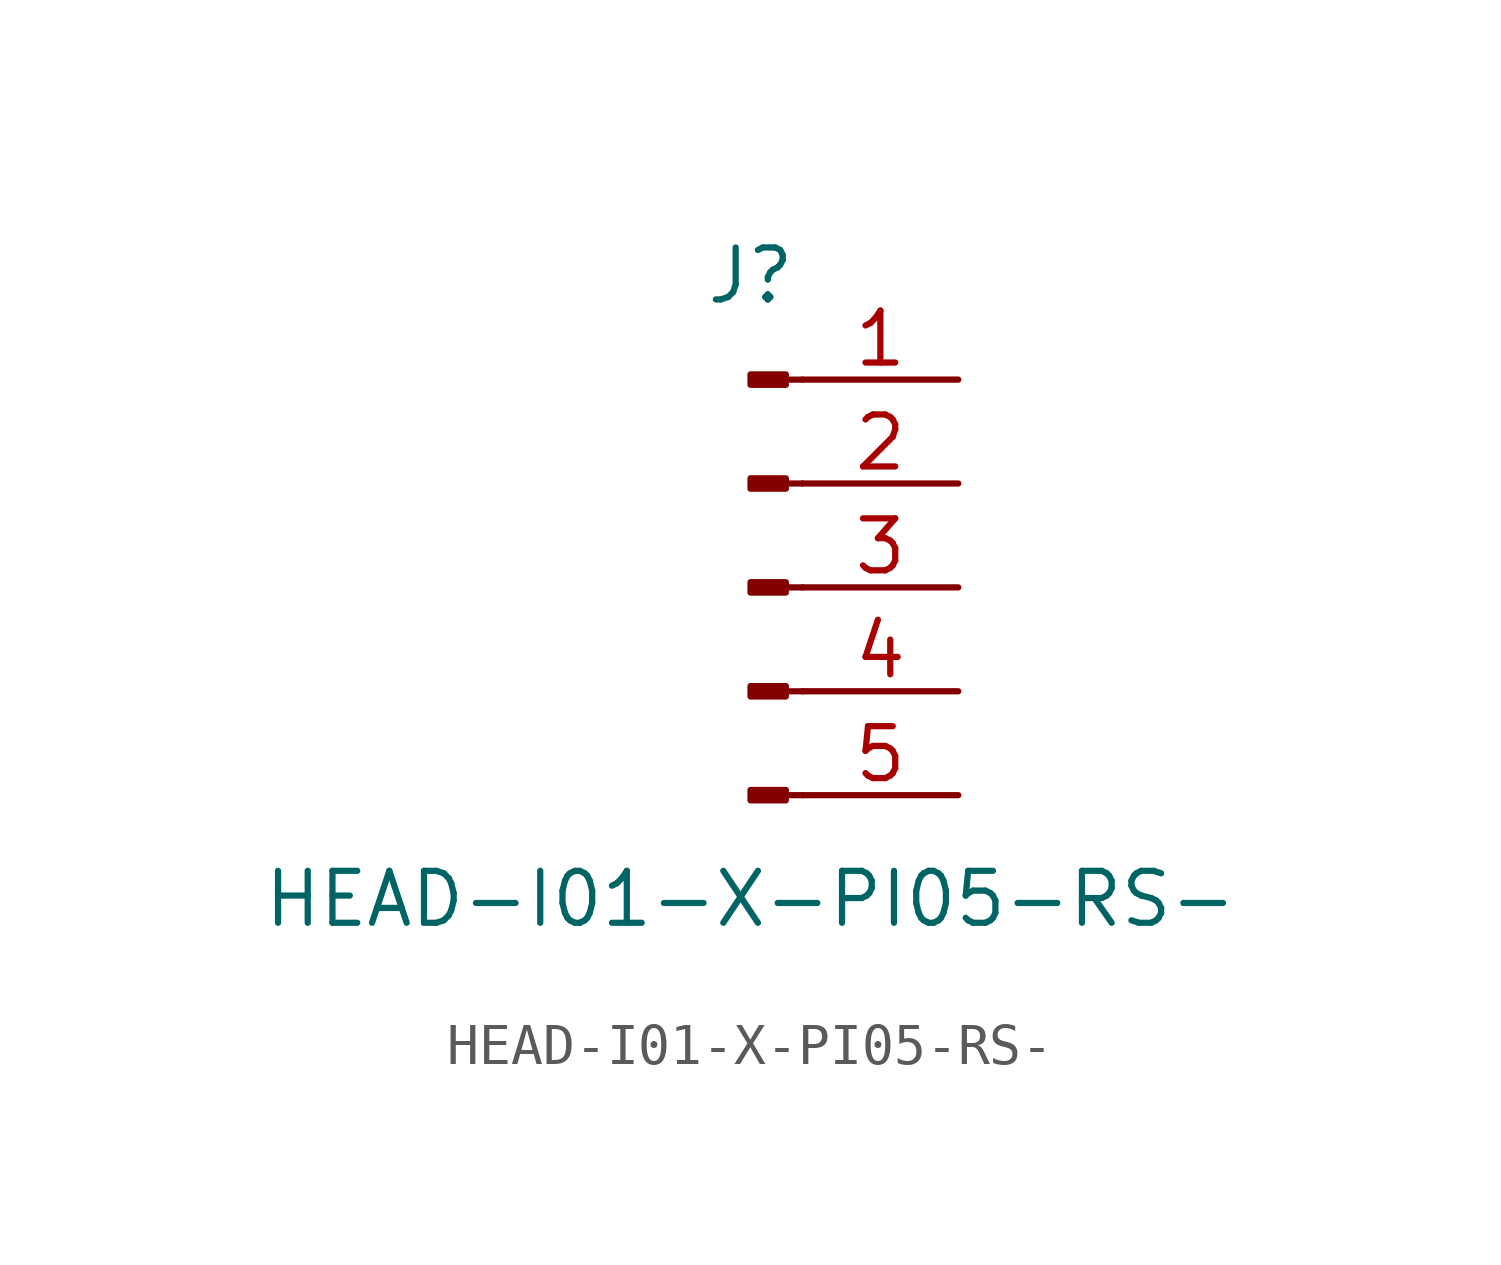
<source format=kicad_sym>
(kicad_symbol_lib
  (version 20211014)
  (generator kicad_symbol_editor)
  (symbol "HEAD-I01-X-PI05-RS-"
    (pin_names
      (offset 1.016) hide)
    (property "Reference" "J"
      (at 0 7.62 0)
      (effects (font (size 1.27 1.27))))
    (property "Value" "HEAD-I01-X-PI05-RS-"
      (at 0 -7.62 0)
      (effects (font (size 1.27 1.27))))
    (symbol "HEAD-I01-X-PI05-RS-_1_1"
      (polyline (pts (xy 1.27 -5.08) (xy 0.864 -5.08)) (stroke (width 0.152) (type default) (color 0 0 0 0)) (fill (type none)))
      (polyline (pts (xy 1.27 -2.54) (xy 0.864 -2.54)) (stroke (width 0.152) (type default) (color 0 0 0 0)) (fill (type none)))
      (polyline (pts (xy 1.27 0) (xy 0.864 0)) (stroke (width 0.152) (type default) (color 0 0 0 0)) (fill (type none)))
      (polyline (pts (xy 1.27 2.54) (xy 0.864 2.54)) (stroke (width 0.152) (type default) (color 0 0 0 0)) (fill (type none)))
      (polyline (pts (xy 1.27 5.08) (xy 0.864 5.08)) (stroke (width 0.152) (type default) (color 0 0 0 0)) (fill (type none)))
      (rectangle (start 0.864 -4.953) (end 0 -5.207) (stroke (width 0.152) (type default) (color 0 0 0 0)) (fill (type outline)))
      (rectangle (start 0.864 -2.413) (end 0 -2.667) (stroke (width 0.152) (type default) (color 0 0 0 0)) (fill (type outline)))
      (rectangle (start 0.864 0.127) (end 0 -0.127) (stroke (width 0.152) (type default) (color 0 0 0 0)) (fill (type outline)))
      (rectangle (start 0.864 2.667) (end 0 2.413) (stroke (width 0.152) (type default) (color 0 0 0 0)) (fill (type outline)))
      (rectangle (start 0.864 5.207) (end 0 4.953) (stroke (width 0.152) (type default) (color 0 0 0 0)) (fill (type outline)))
      (pin passive line (at 5.08 5.08 180) (length 3.81) (name "Pin_1" (effects (font (size 1.27 1.27)))) (number "1" (effects (font (size 1.27 1.27)))))
      (pin passive line (at 5.08 2.54 180) (length 3.81) (name "Pin_2" (effects (font (size 1.27 1.27)))) (number "2" (effects (font (size 1.27 1.27)))))
      (pin passive line (at 5.08 0 180) (length 3.81) (name "Pin_3" (effects (font (size 1.27 1.27)))) (number "3" (effects (font (size 1.27 1.27)))))
      (pin passive line (at 5.08 -2.54 180) (length 3.81) (name "Pin_4" (effects (font (size 1.27 1.27)))) (number "4" (effects (font (size 1.27 1.27)))))
      (pin passive line (at 5.08 -5.08 180) (length 3.81) (name "Pin_5" (effects (font (size 1.27 1.27)))) (number "5" (effects (font (size 1.27 1.27))))))))
</source>
